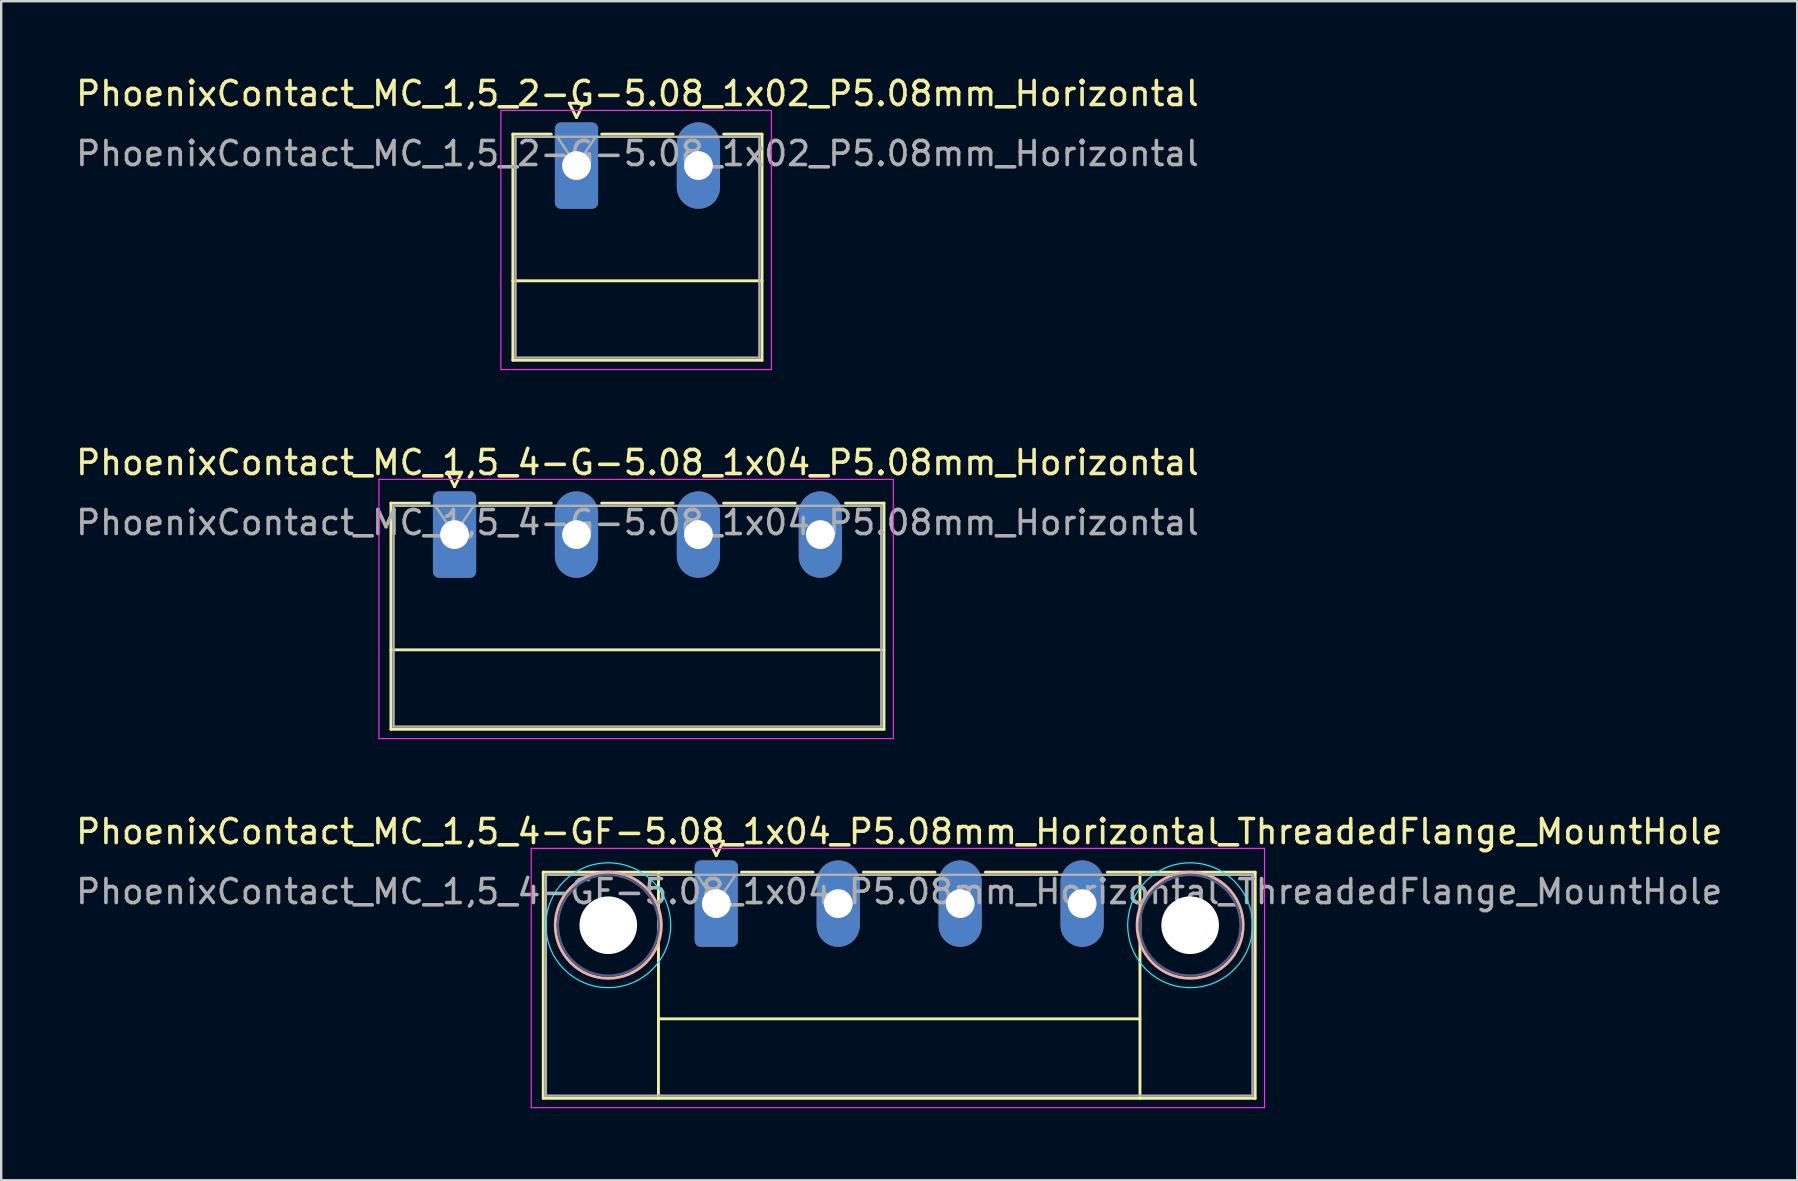
<source format=kicad_pcb>
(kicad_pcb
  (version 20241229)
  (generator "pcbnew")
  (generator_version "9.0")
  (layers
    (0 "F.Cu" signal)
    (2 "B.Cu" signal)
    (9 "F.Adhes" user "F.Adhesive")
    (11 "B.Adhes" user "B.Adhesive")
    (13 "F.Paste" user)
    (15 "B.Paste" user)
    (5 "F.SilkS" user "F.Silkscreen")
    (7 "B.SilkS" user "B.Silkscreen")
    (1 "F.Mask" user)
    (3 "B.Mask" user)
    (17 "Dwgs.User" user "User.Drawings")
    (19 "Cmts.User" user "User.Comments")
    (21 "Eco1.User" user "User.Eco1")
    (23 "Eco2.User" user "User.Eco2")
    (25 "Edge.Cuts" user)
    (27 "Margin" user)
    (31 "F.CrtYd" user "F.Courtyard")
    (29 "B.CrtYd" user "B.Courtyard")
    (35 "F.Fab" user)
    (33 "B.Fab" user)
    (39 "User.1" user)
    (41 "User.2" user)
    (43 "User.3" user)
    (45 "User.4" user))
  (footprint "PhoenixContact_MC_1,5_4-G-5.08_1x04_P5.08mm_Horizontal"
    (layer "F.Cu")
    (at 15.886 19.221)
    (property "Reference" "PhoenixContact_MC_1,5_4-G-5.08_1x04_P5.08mm_Horizontal" (at 7.62 -3 0) (layer "F.SilkS") (effects (font (size 1 1) (thickness 0.15))))
    (attr through_hole)
    (fp_line (start -2.65 -1.31) (end -2.65 8.11) (stroke (width 0.12) (type solid)) (layer "F.SilkS"))
    (fp_line (start -2.65 -1.31) (end -1.05 -1.31) (stroke (width 0.12) (type solid)) (layer "F.SilkS"))
    (fp_line (start -2.65 4.8) (end 17.89 4.8) (stroke (width 0.12) (type solid)) (layer "F.SilkS"))
    (fp_line (start -2.65 8.11) (end 17.89 8.11) (stroke (width 0.12) (type solid)) (layer "F.SilkS"))
    (fp_line (start -0.3 -2.6) (end 0.3 -2.6) (stroke (width 0.12) (type solid)) (layer "F.SilkS"))
    (fp_line (start 0 -2) (end -0.3 -2.6) (stroke (width 0.12) (type solid)) (layer "F.SilkS"))
    (fp_line (start 0.3 -2.6) (end 0 -2) (stroke (width 0.12) (type solid)) (layer "F.SilkS"))
    (fp_line (start 1.05 -1.31) (end 4.03 -1.31) (stroke (width 0.12) (type solid)) (layer "F.SilkS"))
    (fp_line (start 6.13 -1.31) (end 9.11 -1.31) (stroke (width 0.12) (type solid)) (layer "F.SilkS"))
    (fp_line (start 11.21 -1.31) (end 14.19 -1.31) (stroke (width 0.12) (type solid)) (layer "F.SilkS"))
    (fp_line (start 17.89 -1.31) (end 16.29 -1.31) (stroke (width 0.12) (type solid)) (layer "F.SilkS"))
    (fp_line (start 17.89 8.11) (end 17.89 -1.31) (stroke (width 0.12) (type solid)) (layer "F.SilkS"))
    (fp_line (start -3.15 -2.3) (end -3.15 8.5) (stroke (width 0.05) (type solid)) (layer "F.CrtYd"))
    (fp_line (start -3.15 8.5) (end 18.28 8.5) (stroke (width 0.05) (type solid)) (layer "F.CrtYd"))
    (fp_line (start 18.28 -2.3) (end -3.15 -2.3) (stroke (width 0.05) (type solid)) (layer "F.CrtYd"))
    (fp_line (start 18.28 8.5) (end 18.28 -2.3) (stroke (width 0.05) (type solid)) (layer "F.CrtYd"))
    (fp_line (start -2.54 -1.2) (end -2.54 8) (stroke (width 0.1) (type solid)) (layer "F.Fab"))
    (fp_line (start -2.54 8) (end 17.78 8) (stroke (width 0.1) (type solid)) (layer "F.Fab"))
    (fp_line (start 0 0) (end -0.8 -1.2) (stroke (width 0.1) (type solid)) (layer "F.Fab"))
    (fp_line (start 0.8 -1.2) (end 0 0) (stroke (width 0.1) (type solid)) (layer "F.Fab"))
    (fp_line (start 17.78 -1.2) (end -2.54 -1.2) (stroke (width 0.1) (type solid)) (layer "F.Fab"))
    (fp_line (start 17.78 8) (end 17.78 -1.2) (stroke (width 0.1) (type solid)) (layer "F.Fab"))
    (fp_text user "${REFERENCE}" (at 7.62 -0.5 0) (layer "F.Fab") (effects (font (size 1 1) (thickness 0.15))))
    (pad "1" thru_hole roundrect (at 0 0) (size 1.8 3.6) (drill 1.2) (layers "*.Cu" "*.Mask") (roundrect_rratio 0.139))
    (pad "2" thru_hole oval (at 5.08 0) (size 1.8 3.6) (drill 1.2) (layers "*.Cu" "*.Mask"))
    (pad "3" thru_hole oval (at 10.16 0) (size 1.8 3.6) (drill 1.2) (layers "*.Cu" "*.Mask"))
    (pad "4" thru_hole oval (at 15.24 0) (size 1.8 3.6) (drill 1.2) (layers "*.Cu" "*.Mask")))
  (footprint "PhoenixContact_MC_1,5_2-G-5.08_1x02_P5.08mm_Horizontal"
    (layer "F.Cu")
    (at 20.966 3.848)
    (property "Reference" "PhoenixContact_MC_1,5_2-G-5.08_1x02_P5.08mm_Horizontal" (at 2.54 -3 0) (layer "F.SilkS") (effects (font (size 1 1) (thickness 0.15))))
    (attr through_hole)
    (fp_line (start -2.65 -1.31) (end -2.65 8.11) (stroke (width 0.12) (type solid)) (layer "F.SilkS"))
    (fp_line (start -2.65 -1.31) (end -1.05 -1.31) (stroke (width 0.12) (type solid)) (layer "F.SilkS"))
    (fp_line (start -2.65 4.8) (end 7.73 4.8) (stroke (width 0.12) (type solid)) (layer "F.SilkS"))
    (fp_line (start -2.65 8.11) (end 7.73 8.11) (stroke (width 0.12) (type solid)) (layer "F.SilkS"))
    (fp_line (start -0.3 -2.6) (end 0.3 -2.6) (stroke (width 0.12) (type solid)) (layer "F.SilkS"))
    (fp_line (start 0 -2) (end -0.3 -2.6) (stroke (width 0.12) (type solid)) (layer "F.SilkS"))
    (fp_line (start 0.3 -2.6) (end 0 -2) (stroke (width 0.12) (type solid)) (layer "F.SilkS"))
    (fp_line (start 1.05 -1.31) (end 4.03 -1.31) (stroke (width 0.12) (type solid)) (layer "F.SilkS"))
    (fp_line (start 7.73 -1.31) (end 6.13 -1.31) (stroke (width 0.12) (type solid)) (layer "F.SilkS"))
    (fp_line (start 7.73 8.11) (end 7.73 -1.31) (stroke (width 0.12) (type solid)) (layer "F.SilkS"))
    (fp_line (start -3.15 -2.3) (end -3.15 8.5) (stroke (width 0.05) (type solid)) (layer "F.CrtYd"))
    (fp_line (start -3.15 8.5) (end 8.12 8.5) (stroke (width 0.05) (type solid)) (layer "F.CrtYd"))
    (fp_line (start 8.12 -2.3) (end -3.15 -2.3) (stroke (width 0.05) (type solid)) (layer "F.CrtYd"))
    (fp_line (start 8.12 8.5) (end 8.12 -2.3) (stroke (width 0.05) (type solid)) (layer "F.CrtYd"))
    (fp_line (start -2.54 -1.2) (end -2.54 8) (stroke (width 0.1) (type solid)) (layer "F.Fab"))
    (fp_line (start -2.54 8) (end 7.62 8) (stroke (width 0.1) (type solid)) (layer "F.Fab"))
    (fp_line (start 0 0) (end -0.8 -1.2) (stroke (width 0.1) (type solid)) (layer "F.Fab"))
    (fp_line (start 0.8 -1.2) (end 0 0) (stroke (width 0.1) (type solid)) (layer "F.Fab"))
    (fp_line (start 7.62 -1.2) (end -2.54 -1.2) (stroke (width 0.1) (type solid)) (layer "F.Fab"))
    (fp_line (start 7.62 8) (end 7.62 -1.2) (stroke (width 0.1) (type solid)) (layer "F.Fab"))
    (fp_text user "${REFERENCE}" (at 2.54 -0.5 0) (layer "F.Fab") (effects (font (size 1 1) (thickness 0.15))))
    (pad "1" thru_hole roundrect (at 0 0) (size 1.8 3.6) (drill 1.2) (layers "*.Cu" "*.Mask") (roundrect_rratio 0.139))
    (pad "2" thru_hole oval (at 5.08 0) (size 1.8 3.6) (drill 1.2) (layers "*.Cu" "*.Mask")))
  (footprint "PhoenixContact_MC_1,5_4-GF-5.08_1x04_P5.08mm_Horizontal_ThreadedFlange_MountHole"
    (layer "F.Cu")
    (at 26.791 34.595)
    (property "Reference" "PhoenixContact_MC_1,5_4-GF-5.08_1x04_P5.08mm_Horizontal_ThreadedFlange_MountHole" (at 7.62 -3 0) (layer "F.SilkS") (effects (font (size 1 1) (thickness 0.15))))
    (attr through_hole)
    (fp_line (start -7.21 -1.31) (end -7.21 8.11) (stroke (width 0.12) (type solid)) (layer "F.SilkS"))
    (fp_line (start -7.21 -1.31) (end -1.05 -1.31) (stroke (width 0.12) (type solid)) (layer "F.SilkS"))
    (fp_line (start -7.21 8.11) (end 22.45 8.11) (stroke (width 0.12) (type solid)) (layer "F.SilkS"))
    (fp_line (start -2.41 -1.31) (end -2.41 8.11) (stroke (width 0.12) (type solid)) (layer "F.SilkS"))
    (fp_line (start -2.41 4.8) (end 17.65 4.8) (stroke (width 0.12) (type solid)) (layer "F.SilkS"))
    (fp_line (start -0.3 -2.6) (end 0.3 -2.6) (stroke (width 0.12) (type solid)) (layer "F.SilkS"))
    (fp_line (start 0 -2) (end -0.3 -2.6) (stroke (width 0.12) (type solid)) (layer "F.SilkS"))
    (fp_line (start 0.3 -2.6) (end 0 -2) (stroke (width 0.12) (type solid)) (layer "F.SilkS"))
    (fp_line (start 1.05 -1.31) (end 4.03 -1.31) (stroke (width 0.12) (type solid)) (layer "F.SilkS"))
    (fp_line (start 6.13 -1.31) (end 9.11 -1.31) (stroke (width 0.12) (type solid)) (layer "F.SilkS"))
    (fp_line (start 11.21 -1.31) (end 14.19 -1.31) (stroke (width 0.12) (type solid)) (layer "F.SilkS"))
    (fp_line (start 17.65 -1.31) (end 17.65 8.11) (stroke (width 0.12) (type solid)) (layer "F.SilkS"))
    (fp_line (start 22.45 -1.31) (end 16.29 -1.31) (stroke (width 0.12) (type solid)) (layer "F.SilkS"))
    (fp_line (start 22.45 8.11) (end 22.45 -1.31) (stroke (width 0.12) (type solid)) (layer "F.SilkS"))
    (fp_circle (center -4.5 0.9) (end -2.29 0.9) (stroke (width 0.12) (type solid)) (fill no) (layer "B.SilkS"))
    (fp_circle (center 19.74 0.9) (end 21.95 0.9) (stroke (width 0.12) (type solid)) (fill no) (layer "B.SilkS"))
    (fp_circle (center -4.5 0.9) (end -1.9 0.9) (stroke (width 0.05) (type solid)) (fill no) (layer "B.CrtYd"))
    (fp_circle (center 19.74 0.9) (end 22.34 0.9) (stroke (width 0.05) (type solid)) (fill no) (layer "B.CrtYd"))
    (fp_line (start -7.71 -2.3) (end -7.71 8.5) (stroke (width 0.05) (type solid)) (layer "F.CrtYd"))
    (fp_line (start -7.71 8.5) (end 22.84 8.5) (stroke (width 0.05) (type solid)) (layer "F.CrtYd"))
    (fp_line (start 22.84 -2.3) (end -7.71 -2.3) (stroke (width 0.05) (type solid)) (layer "F.CrtYd"))
    (fp_line (start 22.84 8.5) (end 22.84 -2.3) (stroke (width 0.05) (type solid)) (layer "F.CrtYd"))
    (fp_circle (center -4.5 0.9) (end -2.4 0.9) (stroke (width 0.1) (type solid)) (fill no) (layer "B.Fab"))
    (fp_circle (center 19.74 0.9) (end 21.84 0.9) (stroke (width 0.1) (type solid)) (fill no) (layer "B.Fab"))
    (fp_line (start -7.1 -1.2) (end -7.1 8) (stroke (width 0.1) (type solid)) (layer "F.Fab"))
    (fp_line (start -7.1 8) (end 22.34 8) (stroke (width 0.1) (type solid)) (layer "F.Fab"))
    (fp_line (start 0 0) (end -0.8 -1.2) (stroke (width 0.1) (type solid)) (layer "F.Fab"))
    (fp_line (start 0.8 -1.2) (end 0 0) (stroke (width 0.1) (type solid)) (layer "F.Fab"))
    (fp_line (start 22.34 -1.2) (end -7.1 -1.2) (stroke (width 0.1) (type solid)) (layer "F.Fab"))
    (fp_line (start 22.34 8) (end 22.34 -1.2) (stroke (width 0.1) (type solid)) (layer "F.Fab"))
    (fp_text user "${REFERENCE}" (at 7.62 -0.5 0) (layer "F.Fab") (effects (font (size 1 1) (thickness 0.15))))
    (pad "" np_thru_hole circle (at -4.5 0.9) (size 2.4 2.4) (drill 2.4) (layers "*.Cu" "*.Mask"))
    (pad "" np_thru_hole circle (at 19.74 0.9) (size 2.4 2.4) (drill 2.4) (layers "*.Cu" "*.Mask"))
    (pad "1" thru_hole roundrect (at 0 0) (size 1.8 3.6) (drill 1.2) (layers "*.Cu" "*.Mask") (roundrect_rratio 0.139))
    (pad "2" thru_hole oval (at 5.08 0) (size 1.8 3.6) (drill 1.2) (layers "*.Cu" "*.Mask"))
    (pad "3" thru_hole oval (at 10.16 0) (size 1.8 3.6) (drill 1.2) (layers "*.Cu" "*.Mask"))
    (pad "4" thru_hole oval (at 15.24 0) (size 1.8 3.6) (drill 1.2) (layers "*.Cu" "*.Mask")))
  (gr_rect
    (start -3 -3)
    (end 71.821 46.12)
    (stroke (width 0.1) (type default))
    (fill no)
    (layer "Edge.Cuts")))
</source>
